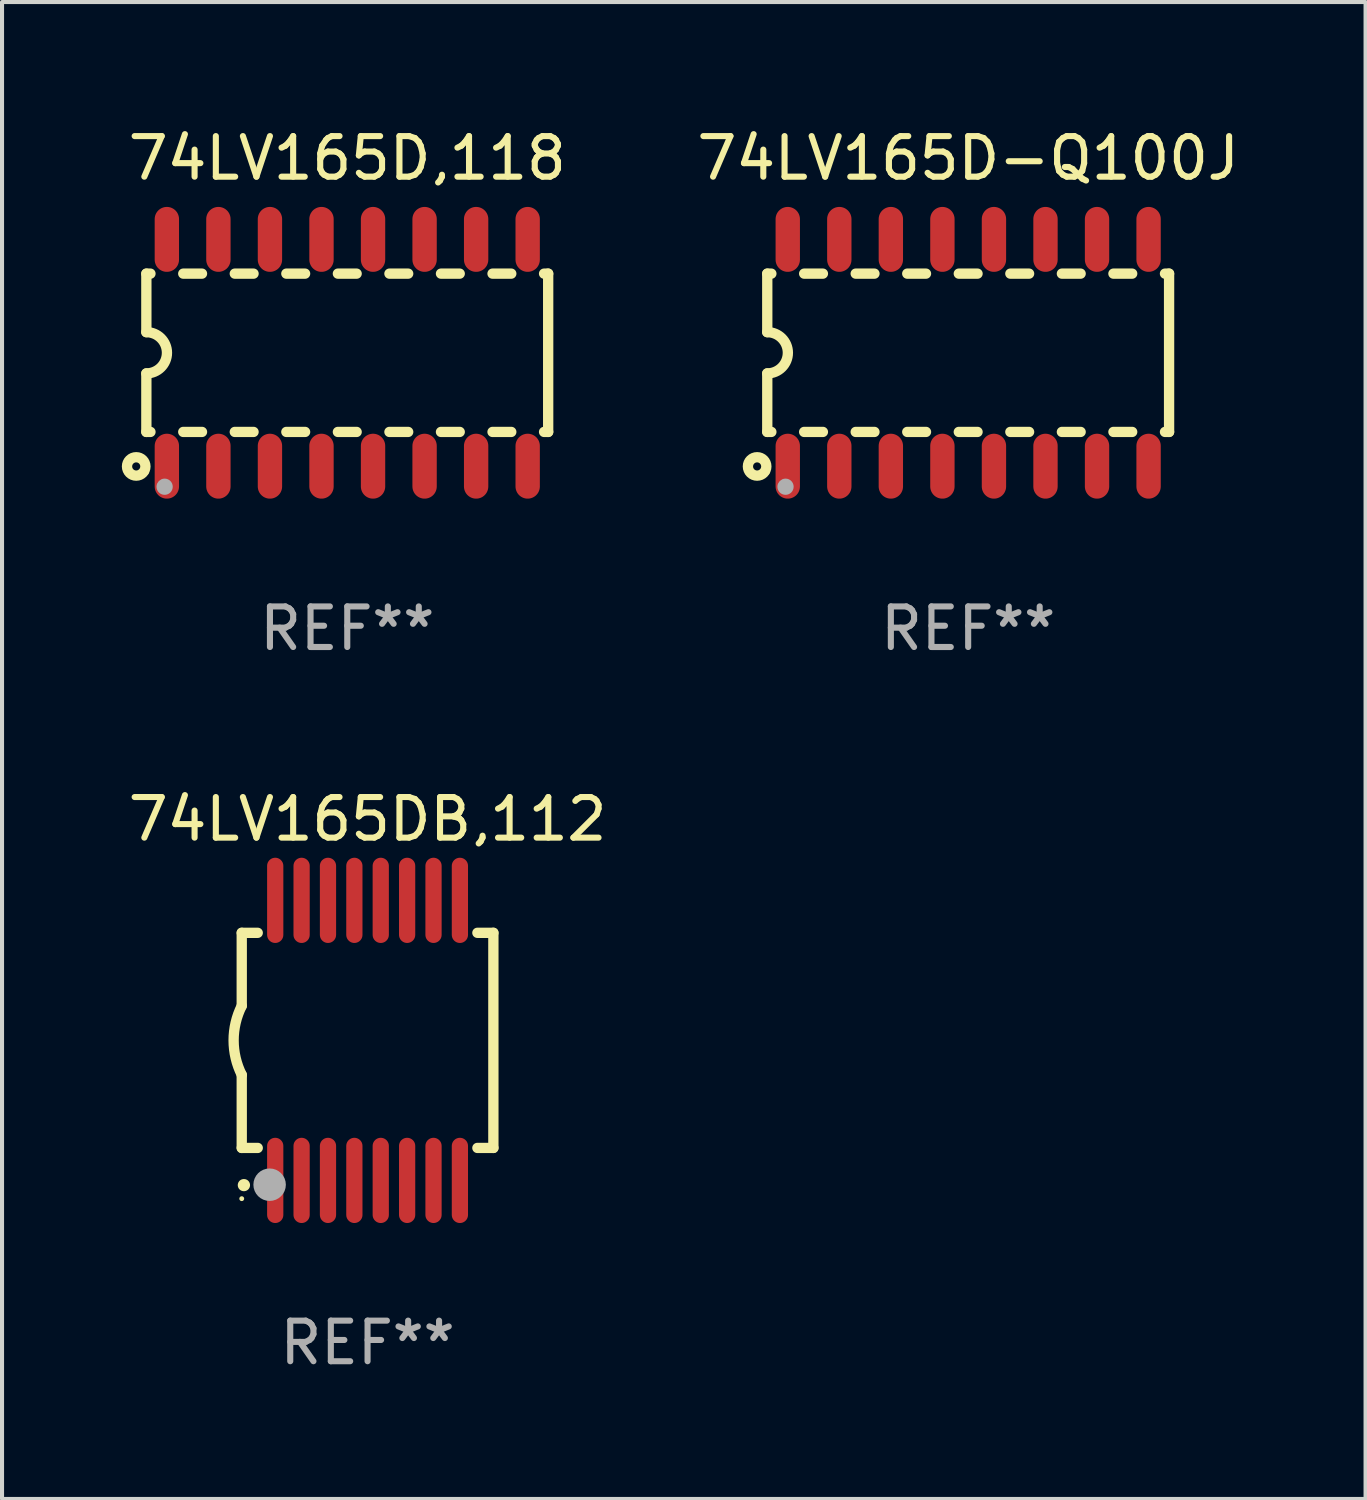
<source format=kicad_pcb>
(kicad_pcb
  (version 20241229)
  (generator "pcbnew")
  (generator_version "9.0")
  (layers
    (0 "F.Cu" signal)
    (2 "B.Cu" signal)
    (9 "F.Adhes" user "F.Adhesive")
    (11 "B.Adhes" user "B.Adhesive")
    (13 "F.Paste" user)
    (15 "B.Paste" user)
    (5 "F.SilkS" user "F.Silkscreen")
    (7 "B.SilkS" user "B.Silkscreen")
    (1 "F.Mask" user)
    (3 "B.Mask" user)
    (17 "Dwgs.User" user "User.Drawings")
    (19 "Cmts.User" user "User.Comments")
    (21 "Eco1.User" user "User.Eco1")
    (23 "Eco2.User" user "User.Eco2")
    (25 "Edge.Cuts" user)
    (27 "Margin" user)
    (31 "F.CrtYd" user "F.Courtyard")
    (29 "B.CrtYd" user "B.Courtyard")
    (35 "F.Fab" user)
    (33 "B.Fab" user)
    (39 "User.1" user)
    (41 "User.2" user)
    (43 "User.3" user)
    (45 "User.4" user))
  (footprint "74LV165D-Q100J"
    (layer "F.Cu")
    (at 20.804 5.642)
    (property "Reference" "74LV165D-Q100J" (at 0 -4.794 0) (layer "F.SilkS") (effects (font (size 1 1) (thickness 0.15))))
    (attr through_hole)
    (fp_line (start -4.95 -1.95) (end -4.95 -0.508) (stroke (width 0.254) (type solid)) (layer "F.SilkS"))
    (fp_line (start -4.95 -1.95) (end -4.849 -1.95) (stroke (width 0.254) (type solid)) (layer "F.SilkS"))
    (fp_line (start -4.95 1.95) (end -4.95 0.508) (stroke (width 0.254) (type solid)) (layer "F.SilkS"))
    (fp_line (start -4.95 1.95) (end -4.849 1.95) (stroke (width 0.254) (type solid)) (layer "F.SilkS"))
    (fp_line (start -4.041 -1.95) (end -3.579 -1.95) (stroke (width 0.254) (type solid)) (layer "F.SilkS"))
    (fp_line (start -4.041 1.95) (end -3.579 1.95) (stroke (width 0.254) (type solid)) (layer "F.SilkS"))
    (fp_line (start -2.771 -1.95) (end -2.309 -1.95) (stroke (width 0.254) (type solid)) (layer "F.SilkS"))
    (fp_line (start -2.771 1.95) (end -2.309 1.95) (stroke (width 0.254) (type solid)) (layer "F.SilkS"))
    (fp_line (start -1.501 -1.95) (end -1.039 -1.95) (stroke (width 0.254) (type solid)) (layer "F.SilkS"))
    (fp_line (start -1.501 1.95) (end -1.039 1.95) (stroke (width 0.254) (type solid)) (layer "F.SilkS"))
    (fp_line (start -0.231 -1.95) (end 0.231 -1.95) (stroke (width 0.254) (type solid)) (layer "F.SilkS"))
    (fp_line (start -0.231 1.95) (end 0.231 1.95) (stroke (width 0.254) (type solid)) (layer "F.SilkS"))
    (fp_line (start 1.039 -1.95) (end 1.501 -1.95) (stroke (width 0.254) (type solid)) (layer "F.SilkS"))
    (fp_line (start 1.039 1.95) (end 1.501 1.95) (stroke (width 0.254) (type solid)) (layer "F.SilkS"))
    (fp_line (start 2.309 -1.95) (end 2.771 -1.95) (stroke (width 0.254) (type solid)) (layer "F.SilkS"))
    (fp_line (start 2.309 1.95) (end 2.771 1.95) (stroke (width 0.254) (type solid)) (layer "F.SilkS"))
    (fp_line (start 3.579 -1.95) (end 4.041 -1.95) (stroke (width 0.254) (type solid)) (layer "F.SilkS"))
    (fp_line (start 3.579 1.95) (end 4.041 1.95) (stroke (width 0.254) (type solid)) (layer "F.SilkS"))
    (fp_line (start 4.849 -1.95) (end 4.95 -1.95) (stroke (width 0.254) (type solid)) (layer "F.SilkS"))
    (fp_line (start 4.849 1.95) (end 4.95 1.95) (stroke (width 0.254) (type solid)) (layer "F.SilkS"))
    (fp_line (start 4.95 -1.95) (end 4.95 1.95) (stroke (width 0.254) (type solid)) (layer "F.SilkS"))
    (fp_arc (start -4.95047 -0.508001) (mid -4.442469 -0.000228) (end -4.950013 0.508001) (stroke (width 0.254001) (type solid)) (layer "F.SilkS"))
    (fp_circle (center -5.2 2.8) (end -5.1 2.8) (stroke (width 0.254) (type solid)) (fill no) (layer "F.SilkS"))
    (fp_circle (center -4.95 2.947) (end -4.92 2.947) (stroke (width 0.06) (type solid)) (fill no) (layer "F.SilkS"))
    (fp_circle (center -4.5 3.3) (end -4.4 3.3) (stroke (width 0.2) (type solid)) (fill no) (layer "F.Fab"))
    (fp_text user "REF**" (at 0 6.794 0) (layer "F.Fab") (effects (font (size 1 1) (thickness 0.15))))
    (pad "1" smd oval (at -4.445 2.794) (size 0.6 1.6) (layers "F.Cu" "F.Mask" "F.Paste"))
    (pad "2" smd oval (at -3.175 2.794) (size 0.6 1.6) (layers "F.Cu" "F.Mask" "F.Paste"))
    (pad "3" smd oval (at -1.905 2.794) (size 0.6 1.6) (layers "F.Cu" "F.Mask" "F.Paste"))
    (pad "4" smd oval (at -0.635 2.794) (size 0.6 1.6) (layers "F.Cu" "F.Mask" "F.Paste"))
    (pad "5" smd oval (at 0.635 2.794) (size 0.6 1.6) (layers "F.Cu" "F.Mask" "F.Paste"))
    (pad "6" smd oval (at 1.905 2.794) (size 0.6 1.6) (layers "F.Cu" "F.Mask" "F.Paste"))
    (pad "7" smd oval (at 3.175 2.794) (size 0.6 1.6) (layers "F.Cu" "F.Mask" "F.Paste"))
    (pad "8" smd oval (at 4.445 2.794) (size 0.6 1.6) (layers "F.Cu" "F.Mask" "F.Paste"))
    (pad "9" smd oval (at 4.445 -2.794) (size 0.6 1.6) (layers "F.Cu" "F.Mask" "F.Paste"))
    (pad "10" smd oval (at 3.175 -2.794) (size 0.6 1.6) (layers "F.Cu" "F.Mask" "F.Paste"))
    (pad "11" smd oval (at 1.905 -2.794) (size 0.6 1.6) (layers "F.Cu" "F.Mask" "F.Paste"))
    (pad "12" smd oval (at 0.635 -2.794) (size 0.6 1.6) (layers "F.Cu" "F.Mask" "F.Paste"))
    (pad "13" smd oval (at -0.635 -2.794) (size 0.6 1.6) (layers "F.Cu" "F.Mask" "F.Paste"))
    (pad "14" smd oval (at -1.905 -2.794) (size 0.6 1.6) (layers "F.Cu" "F.Mask" "F.Paste"))
    (pad "15" smd oval (at -3.175 -2.794) (size 0.6 1.6) (layers "F.Cu" "F.Mask" "F.Paste"))
    (pad "16" smd oval (at -4.445 -2.794) (size 0.6 1.6) (layers "F.Cu" "F.Mask" "F.Paste")))
  (footprint "74LV165DB,112"
    (layer "F.Cu")
    (at 6.006 22.583)
    (property "Reference" "74LV165DB,112" (at 0 -5.45 0) (layer "F.SilkS") (effects (font (size 1 1) (thickness 0.15))))
    (attr through_hole)
    (fp_line (start -3.1 -2.65) (end -3.1 -0.85) (stroke (width 0.254) (type solid)) (layer "F.SilkS"))
    (fp_line (start -3.1 -2.65) (end -2.706 -2.65) (stroke (width 0.254) (type solid)) (layer "F.SilkS"))
    (fp_line (start -3.1 2.65) (end -3.1 0.85) (stroke (width 0.254) (type solid)) (layer "F.SilkS"))
    (fp_line (start -3.1 2.65) (end -2.706 2.65) (stroke (width 0.254) (type solid)) (layer "F.SilkS"))
    (fp_line (start 2.706 -2.65) (end 3.1 -2.65) (stroke (width 0.254) (type solid)) (layer "F.SilkS"))
    (fp_line (start 2.706 2.65) (end 3.1 2.65) (stroke (width 0.254) (type solid)) (layer "F.SilkS"))
    (fp_line (start 3.1 -2.65) (end 3.1 2.65) (stroke (width 0.254) (type solid)) (layer "F.SilkS"))
    (fp_arc (start -3.098907 0.850902) (mid -3.300057 0.000523) (end -3.1 -0.850114) (stroke (width 0.254001) (type solid)) (layer "F.SilkS"))
    (fp_arc (start -3.048006 3.566066) (mid -3.046736 3.566061) (end -3.045466 3.566066) (stroke (width 0.3) (type solid)) (layer "F.SilkS"))
    (fp_circle (center -3.1 3.9) (end -3.07 3.9) (stroke (width 0.06) (type solid)) (fill no) (layer "F.SilkS"))
    (fp_circle (center -2.413 3.556) (end -2.213 3.556) (stroke (width 0.4) (type solid)) (fill no) (layer "F.Fab"))
    (fp_text user "REF**" (at 0 7.45 0) (layer "F.Fab") (effects (font (size 1 1) (thickness 0.15))))
    (pad "1" smd oval (at -2.275 3.45 180) (size 0.4 2.1) (layers "F.Cu" "F.Mask" "F.Paste"))
    (pad "2" smd oval (at -1.625 3.45 180) (size 0.4 2.1) (layers "F.Cu" "F.Mask" "F.Paste"))
    (pad "3" smd oval (at -0.975 3.45 180) (size 0.4 2.1) (layers "F.Cu" "F.Mask" "F.Paste"))
    (pad "4" smd oval (at -0.325 3.45 180) (size 0.4 2.1) (layers "F.Cu" "F.Mask" "F.Paste"))
    (pad "5" smd oval (at 0.325 3.45 180) (size 0.4 2.1) (layers "F.Cu" "F.Mask" "F.Paste"))
    (pad "6" smd oval (at 0.975 3.45 180) (size 0.4 2.1) (layers "F.Cu" "F.Mask" "F.Paste"))
    (pad "7" smd oval (at 1.625 3.45 180) (size 0.4 2.1) (layers "F.Cu" "F.Mask" "F.Paste"))
    (pad "8" smd oval (at 2.275 3.45 180) (size 0.4 2.1) (layers "F.Cu" "F.Mask" "F.Paste"))
    (pad "9" smd oval (at 2.275 -3.45 180) (size 0.4 2.1) (layers "F.Cu" "F.Mask" "F.Paste"))
    (pad "10" smd oval (at 1.625 -3.45 180) (size 0.4 2.1) (layers "F.Cu" "F.Mask" "F.Paste"))
    (pad "11" smd oval (at 0.975 -3.45 180) (size 0.4 2.1) (layers "F.Cu" "F.Mask" "F.Paste"))
    (pad "12" smd oval (at 0.325 -3.45 180) (size 0.4 2.1) (layers "F.Cu" "F.Mask" "F.Paste"))
    (pad "13" smd oval (at -0.325 -3.45 180) (size 0.4 2.1) (layers "F.Cu" "F.Mask" "F.Paste"))
    (pad "14" smd oval (at -0.975 -3.45 180) (size 0.4 2.1) (layers "F.Cu" "F.Mask" "F.Paste"))
    (pad "15" smd oval (at -1.625 -3.45 180) (size 0.4 2.1) (layers "F.Cu" "F.Mask" "F.Paste"))
    (pad "16" smd oval (at -2.275 -3.45 180) (size 0.4 2.1) (layers "F.Cu" "F.Mask" "F.Paste")))
  (footprint "74LV165D,118"
    (layer "F.Cu")
    (at 5.506 5.642)
    (property "Reference" "74LV165D,118" (at 0 -4.794 0) (layer "F.SilkS") (effects (font (size 1 1) (thickness 0.15))))
    (attr through_hole)
    (fp_line (start -4.95 -1.95) (end -4.95 -0.508) (stroke (width 0.254) (type solid)) (layer "F.SilkS"))
    (fp_line (start -4.95 -1.95) (end -4.849 -1.95) (stroke (width 0.254) (type solid)) (layer "F.SilkS"))
    (fp_line (start -4.95 1.95) (end -4.95 0.508) (stroke (width 0.254) (type solid)) (layer "F.SilkS"))
    (fp_line (start -4.95 1.95) (end -4.849 1.95) (stroke (width 0.254) (type solid)) (layer "F.SilkS"))
    (fp_line (start -4.041 -1.95) (end -3.579 -1.95) (stroke (width 0.254) (type solid)) (layer "F.SilkS"))
    (fp_line (start -4.041 1.95) (end -3.579 1.95) (stroke (width 0.254) (type solid)) (layer "F.SilkS"))
    (fp_line (start -2.771 -1.95) (end -2.309 -1.95) (stroke (width 0.254) (type solid)) (layer "F.SilkS"))
    (fp_line (start -2.771 1.95) (end -2.309 1.95) (stroke (width 0.254) (type solid)) (layer "F.SilkS"))
    (fp_line (start -1.501 -1.95) (end -1.039 -1.95) (stroke (width 0.254) (type solid)) (layer "F.SilkS"))
    (fp_line (start -1.501 1.95) (end -1.039 1.95) (stroke (width 0.254) (type solid)) (layer "F.SilkS"))
    (fp_line (start -0.231 -1.95) (end 0.231 -1.95) (stroke (width 0.254) (type solid)) (layer "F.SilkS"))
    (fp_line (start -0.231 1.95) (end 0.231 1.95) (stroke (width 0.254) (type solid)) (layer "F.SilkS"))
    (fp_line (start 1.039 -1.95) (end 1.501 -1.95) (stroke (width 0.254) (type solid)) (layer "F.SilkS"))
    (fp_line (start 1.039 1.95) (end 1.501 1.95) (stroke (width 0.254) (type solid)) (layer "F.SilkS"))
    (fp_line (start 2.309 -1.95) (end 2.771 -1.95) (stroke (width 0.254) (type solid)) (layer "F.SilkS"))
    (fp_line (start 2.309 1.95) (end 2.771 1.95) (stroke (width 0.254) (type solid)) (layer "F.SilkS"))
    (fp_line (start 3.579 -1.95) (end 4.041 -1.95) (stroke (width 0.254) (type solid)) (layer "F.SilkS"))
    (fp_line (start 3.579 1.95) (end 4.041 1.95) (stroke (width 0.254) (type solid)) (layer "F.SilkS"))
    (fp_line (start 4.849 -1.95) (end 4.95 -1.95) (stroke (width 0.254) (type solid)) (layer "F.SilkS"))
    (fp_line (start 4.849 1.95) (end 4.95 1.95) (stroke (width 0.254) (type solid)) (layer "F.SilkS"))
    (fp_line (start 4.95 -1.95) (end 4.95 1.95) (stroke (width 0.254) (type solid)) (layer "F.SilkS"))
    (fp_arc (start -4.95047 -0.508001) (mid -4.442469 -0.000228) (end -4.950013 0.508001) (stroke (width 0.254001) (type solid)) (layer "F.SilkS"))
    (fp_circle (center -5.2 2.8) (end -5.1 2.8) (stroke (width 0.254) (type solid)) (fill no) (layer "F.SilkS"))
    (fp_circle (center -4.95 2.947) (end -4.92 2.947) (stroke (width 0.06) (type solid)) (fill no) (layer "F.SilkS"))
    (fp_circle (center -4.5 3.3) (end -4.4 3.3) (stroke (width 0.2) (type solid)) (fill no) (layer "F.Fab"))
    (fp_text user "REF**" (at 0 6.794 0) (layer "F.Fab") (effects (font (size 1 1) (thickness 0.15))))
    (pad "1" smd oval (at -4.445 2.794) (size 0.6 1.6) (layers "F.Cu" "F.Mask" "F.Paste"))
    (pad "2" smd oval (at -3.175 2.794) (size 0.6 1.6) (layers "F.Cu" "F.Mask" "F.Paste"))
    (pad "3" smd oval (at -1.905 2.794) (size 0.6 1.6) (layers "F.Cu" "F.Mask" "F.Paste"))
    (pad "4" smd oval (at -0.635 2.794) (size 0.6 1.6) (layers "F.Cu" "F.Mask" "F.Paste"))
    (pad "5" smd oval (at 0.635 2.794) (size 0.6 1.6) (layers "F.Cu" "F.Mask" "F.Paste"))
    (pad "6" smd oval (at 1.905 2.794) (size 0.6 1.6) (layers "F.Cu" "F.Mask" "F.Paste"))
    (pad "7" smd oval (at 3.175 2.794) (size 0.6 1.6) (layers "F.Cu" "F.Mask" "F.Paste"))
    (pad "8" smd oval (at 4.445 2.794) (size 0.6 1.6) (layers "F.Cu" "F.Mask" "F.Paste"))
    (pad "9" smd oval (at 4.445 -2.794) (size 0.6 1.6) (layers "F.Cu" "F.Mask" "F.Paste"))
    (pad "10" smd oval (at 3.175 -2.794) (size 0.6 1.6) (layers "F.Cu" "F.Mask" "F.Paste"))
    (pad "11" smd oval (at 1.905 -2.794) (size 0.6 1.6) (layers "F.Cu" "F.Mask" "F.Paste"))
    (pad "12" smd oval (at 0.635 -2.794) (size 0.6 1.6) (layers "F.Cu" "F.Mask" "F.Paste"))
    (pad "13" smd oval (at -0.635 -2.794) (size 0.6 1.6) (layers "F.Cu" "F.Mask" "F.Paste"))
    (pad "14" smd oval (at -1.905 -2.794) (size 0.6 1.6) (layers "F.Cu" "F.Mask" "F.Paste"))
    (pad "15" smd oval (at -3.175 -2.794) (size 0.6 1.6) (layers "F.Cu" "F.Mask" "F.Paste"))
    (pad "16" smd oval (at -4.445 -2.794) (size 0.6 1.6) (layers "F.Cu" "F.Mask" "F.Paste")))
  (gr_rect
    (start -3 -3)
    (end 30.595 33.881)
    (stroke (width 0.1) (type default))
    (fill no)
    (layer "Edge.Cuts")))
</source>
